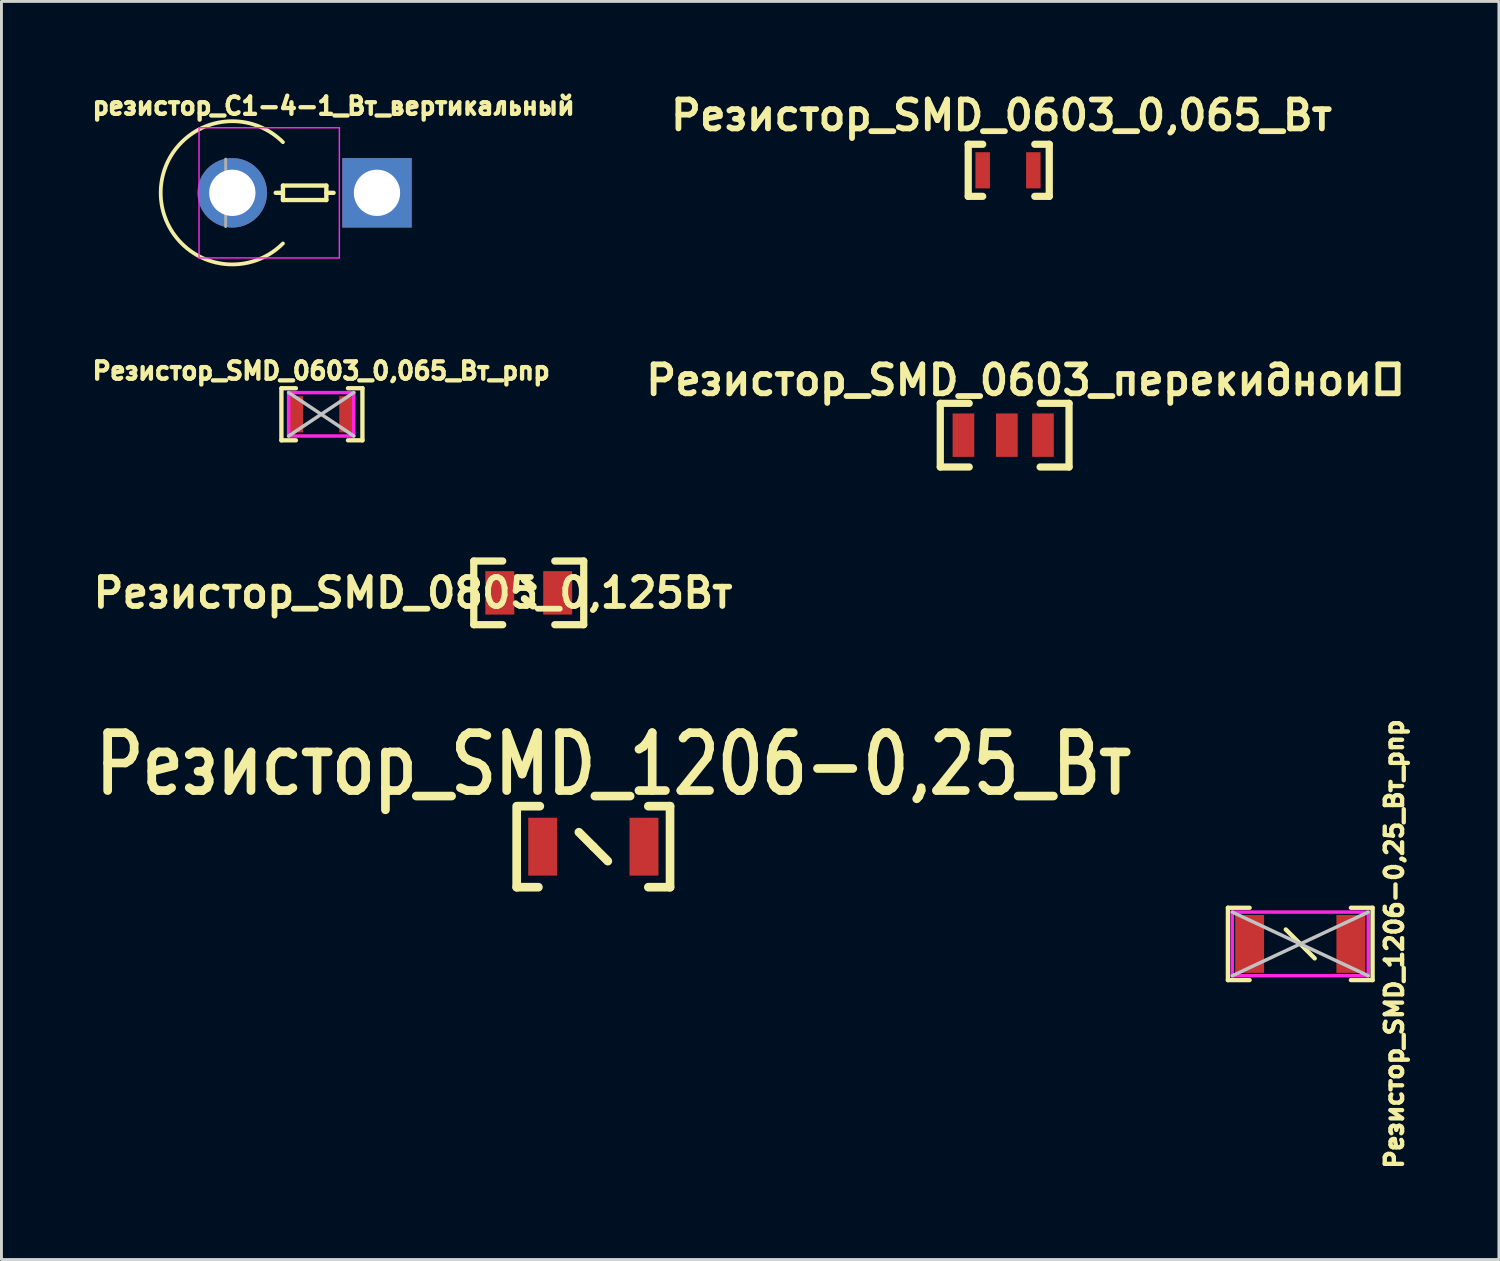
<source format=kicad_pcb>
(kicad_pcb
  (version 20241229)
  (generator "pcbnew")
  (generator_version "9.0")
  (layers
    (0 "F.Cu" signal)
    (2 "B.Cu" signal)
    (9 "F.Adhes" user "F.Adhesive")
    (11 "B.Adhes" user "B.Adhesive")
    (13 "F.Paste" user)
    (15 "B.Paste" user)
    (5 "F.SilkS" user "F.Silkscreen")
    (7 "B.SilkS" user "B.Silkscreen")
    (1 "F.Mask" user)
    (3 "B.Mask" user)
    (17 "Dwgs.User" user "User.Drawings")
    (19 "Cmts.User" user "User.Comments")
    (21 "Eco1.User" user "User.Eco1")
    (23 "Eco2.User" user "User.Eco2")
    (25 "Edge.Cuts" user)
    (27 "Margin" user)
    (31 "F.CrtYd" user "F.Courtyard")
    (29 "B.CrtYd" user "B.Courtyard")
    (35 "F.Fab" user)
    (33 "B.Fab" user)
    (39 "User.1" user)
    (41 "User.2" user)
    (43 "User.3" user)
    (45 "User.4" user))
  (footprint "резистор_C1-4-1_Вт_вертикальный"
    (layer "F.Cu")
    (at 4.979 3.614)
    (property "Reference" "резистор_C1-4-1_Вт_вертикальный" (at 3.5 -3 0) (layer "F.SilkS") (effects (font (size 0.6 0.6) (thickness 0.15))))
    (attr through_hole)
    (fp_line (start 1.5 0) (end 1.75 0) (stroke (width 0.15) (type solid)) (layer "F.SilkS"))
    (fp_line (start 1.75 -0.25) (end 1.75 0.25) (stroke (width 0.15) (type solid)) (layer "F.SilkS"))
    (fp_line (start 1.75 0.25) (end 3.25 0.25) (stroke (width 0.15) (type solid)) (layer "F.SilkS"))
    (fp_line (start 3.25 -0.25) (end 1.75 -0.25) (stroke (width 0.15) (type solid)) (layer "F.SilkS"))
    (fp_line (start 3.25 0) (end 3.5 0) (stroke (width 0.15) (type solid)) (layer "F.SilkS"))
    (fp_line (start 3.25 0.25) (end 3.25 -0.25) (stroke (width 0.15) (type solid)) (layer "F.SilkS"))
    (fp_arc (start 1.749999 1.749999) (mid -2.474872 0) (end 1.749999 -1.749999) (stroke (width 0.13) (type solid)) (layer "F.SilkS"))
    (fp_line (start -1.15 -2.25) (end -1.15 2.25) (stroke (width 0.05) (type solid)) (layer "F.CrtYd"))
    (fp_line (start -1.15 2.25) (end 3.7 2.25) (stroke (width 0.05) (type solid)) (layer "F.CrtYd"))
    (fp_line (start 3.7 -2.25) (end -1.15 -2.25) (stroke (width 0.05) (type solid)) (layer "F.CrtYd"))
    (fp_line (start 3.7 2.25) (end 3.7 -2.25) (stroke (width 0.05) (type solid)) (layer "F.CrtYd"))
    (fp_line (start -0.23 -1.166) (end -0.23 1.166) (stroke (width 0.1) (type solid)) (layer "F.Fab"))
    (pad "1" thru_hole circle (at 0 0) (size 2.4 2.4) (drill 1.6) (layers "*.Cu" "*.Mask"))
    (pad "2" thru_hole rect (at 5 0) (size 2.4 2.4) (drill 1.6) (layers "*.Cu" "*.Mask")))
  (footprint "Резистор_SMD_0603_перекидной"
    (layer "F.Cu")
    (at 30.247 11.99)
    (property "Reference" "Резистор_SMD_0603_перекидной" (at 2.15 -1.9 0) (layer "F.SilkS") (effects (font (size 1 1) (thickness 0.2))))
    (attr through_hole)
    (fp_line (start -0.8 -1.1) (end -0.8 1.1) (stroke (width 0.25) (type solid)) (layer "F.SilkS"))
    (fp_line (start -0.8 -1.1) (end 0.2 -1.1) (stroke (width 0.25) (type solid)) (layer "F.SilkS"))
    (fp_line (start -0.8 1.1) (end 0.2 1.1) (stroke (width 0.25) (type solid)) (layer "F.SilkS"))
    (fp_line (start 3.65 -1.1) (end 2.65 -1.1) (stroke (width 0.25) (type solid)) (layer "F.SilkS"))
    (fp_line (start 3.65 -1.1) (end 3.65 1.1) (stroke (width 0.25) (type solid)) (layer "F.SilkS"))
    (fp_line (start 3.65 1.1) (end 2.65 1.1) (stroke (width 0.25) (type solid)) (layer "F.SilkS"))
    (pad "1" smd rect (at 0 0) (size 0.75 1.5) (layers "F.Cu" "F.Mask" "F.Paste"))
    (pad "2" smd rect (at 1.5 0) (size 0.75 1.5) (layers "F.Cu" "F.Mask" "F.Paste"))
    (pad "3" smd rect (at 2.75 0) (size 0.75 1.5) (layers "F.Cu" "F.Mask" "F.Paste")))
  (footprint "Резистор_SMD_0805_0,125Вт"
    (layer "F.Cu")
    (at 14.224 17.44)
    (property "Reference" "Резистор_SMD_0805_0,125Вт" (at -3 0 0) (layer "F.SilkS") (effects (font (size 1 1) (thickness 0.2))))
    (attr through_hole)
    (fp_line (start -0.9 -1.1) (end 0.1 -1.1) (stroke (width 0.25) (type solid)) (layer "F.SilkS"))
    (fp_line (start -0.9 1.1) (end -0.9 -1.1) (stroke (width 0.25) (type solid)) (layer "F.SilkS"))
    (fp_line (start -0.9 1.1) (end 0.1 1.1) (stroke (width 0.25) (type solid)) (layer "F.SilkS"))
    (fp_line (start 0.85 -0.45) (end 1.15 -0.2) (stroke (width 0.25) (type solid)) (layer "F.SilkS"))
    (fp_line (start 0.85 0.2) (end 1.15 0.45) (stroke (width 0.25) (type solid)) (layer "F.SilkS"))
    (fp_line (start 2.9 -1.1) (end 1.9 -1.1) (stroke (width 0.25) (type solid)) (layer "F.SilkS"))
    (fp_line (start 2.9 -1.1) (end 2.9 1.1) (stroke (width 0.25) (type solid)) (layer "F.SilkS"))
    (fp_line (start 2.9 1.1) (end 1.9 1.1) (stroke (width 0.25) (type solid)) (layer "F.SilkS"))
    (pad "1" smd rect (at 0 0) (size 1 1.5) (layers "F.Cu" "F.Mask" "F.Paste"))
    (pad "2" smd rect (at 2 0) (size 1 1.5) (layers "F.Cu" "F.Mask" "F.Paste")))
  (footprint "Резистор_SMD_1206-0,25_Вт_pnp"
    (layer "F.Cu")
    (at 41.888 29.573)
    (property "Reference" "Резистор_SMD_1206-0,25_Вт_pnp" (at 3.25 0 90) (layer "F.SilkS") (effects (font (size 0.6 0.6) (thickness 0.15))))
    (attr smd)
    (fp_line (start -2.5 -1.25) (end -2.5 1.25) (stroke (width 0.15) (type solid)) (layer "F.SilkS"))
    (fp_line (start -2.5 1.25) (end -1.75 1.25) (stroke (width 0.15) (type solid)) (layer "F.SilkS"))
    (fp_line (start -1.75 -1.25) (end -2.5 -1.25) (stroke (width 0.15) (type solid)) (layer "F.SilkS"))
    (fp_line (start 0 0) (end -0.5 -0.5) (stroke (width 0.15) (type solid)) (layer "F.SilkS"))
    (fp_line (start 0 0) (end 0.5 0.5) (stroke (width 0.15) (type solid)) (layer "F.SilkS"))
    (fp_line (start 1.75 -1.25) (end 2.5 -1.25) (stroke (width 0.15) (type solid)) (layer "F.SilkS"))
    (fp_line (start 2.5 -1.25) (end 2.5 1.25) (stroke (width 0.15) (type solid)) (layer "F.SilkS"))
    (fp_line (start 2.5 1.25) (end 1.75 1.25) (stroke (width 0.15) (type solid)) (layer "F.SilkS"))
    (fp_line (start -2.35 -1.1) (end 2.35 1.1) (stroke (width 0.12) (type solid)) (layer "Dwgs.User"))
    (fp_line (start 2.35 -1.1) (end -2.35 1.1) (stroke (width 0.12) (type solid)) (layer "Dwgs.User"))
    (fp_line (start -2.35 -1.1) (end 2.35 -1.1) (stroke (width 0.12) (type solid)) (layer "F.CrtYd"))
    (fp_line (start -2.35 1.1) (end -2.35 -1.1) (stroke (width 0.12) (type solid)) (layer "F.CrtYd"))
    (fp_line (start 2.35 -1.1) (end 2.35 1.1) (stroke (width 0.12) (type solid)) (layer "F.CrtYd"))
    (fp_line (start 2.35 1.1) (end -2.35 1.1) (stroke (width 0.12) (type solid)) (layer "F.CrtYd"))
    (pad "1" smd rect (at -1.75 0) (size 1 2) (layers "F.Cu" "F.Mask" "F.Paste"))
    (pad "2" smd rect (at 1.75 0) (size 1 2) (layers "F.Cu" "F.Mask" "F.Paste")))
  (footprint "Резистор_SMD_1206-0,25_Вт"
    (layer "F.Cu")
    (at 15.707 26.212)
    (property "Reference" "Резистор_SMD_1206-0,25_Вт" (at 2.45 -2.85 0) (layer "F.SilkS") (effects (font (size 2 1.6) (thickness 0.3))))
    (attr through_hole)
    (fp_line (start -0.9 -1.4) (end -0.9 1.4) (stroke (width 0.3) (type solid)) (layer "F.SilkS"))
    (fp_line (start -0.9 1.4) (end -0.15 1.4) (stroke (width 0.3) (type solid)) (layer "F.SilkS"))
    (fp_line (start -0.1 -1.4) (end -0.85 -1.4) (stroke (width 0.3) (type solid)) (layer "F.SilkS"))
    (fp_line (start 1.75 0) (end 1.25 -0.5) (stroke (width 0.3) (type solid)) (layer "F.SilkS"))
    (fp_line (start 1.75 0) (end 2.25 0.5) (stroke (width 0.3) (type solid)) (layer "F.SilkS"))
    (fp_line (start 3.65 -1.4) (end 4.4 -1.4) (stroke (width 0.3) (type solid)) (layer "F.SilkS"))
    (fp_line (start 4.4 -1.4) (end 4.4 1.4) (stroke (width 0.3) (type solid)) (layer "F.SilkS"))
    (fp_line (start 4.4 1.4) (end 3.65 1.4) (stroke (width 0.3) (type solid)) (layer "F.SilkS"))
    (pad "1" smd rect (at 0 0) (size 1 2) (layers "F.Cu" "F.Mask" "F.Paste"))
    (pad "2" smd rect (at 3.5 0) (size 1 2) (layers "F.Cu" "F.Mask" "F.Paste")))
  (footprint "Резистор_SMD_0603_0,065_Вт"
    (layer "F.Cu")
    (at 30.913 2.836)
    (property "Reference" "Резистор_SMD_0603_0,065_Вт" (at 0.65 -1.9 0) (layer "F.SilkS") (effects (font (size 1 1) (thickness 0.2))))
    (attr through_hole)
    (fp_line (start -0.5 -0.9) (end -0.5 0.9) (stroke (width 0.25) (type solid)) (layer "F.SilkS"))
    (fp_line (start -0.5 -0.9) (end 0 -0.9) (stroke (width 0.25) (type solid)) (layer "F.SilkS"))
    (fp_line (start -0.5 0.9) (end 0 0.9) (stroke (width 0.25) (type solid)) (layer "F.SilkS"))
    (fp_line (start 2.3 -0.9) (end 1.8 -0.9) (stroke (width 0.25) (type solid)) (layer "F.SilkS"))
    (fp_line (start 2.3 -0.9) (end 2.3 0.9) (stroke (width 0.25) (type solid)) (layer "F.SilkS"))
    (fp_line (start 2.3 0.9) (end 1.8 0.9) (stroke (width 0.25) (type solid)) (layer "F.SilkS"))
    (pad "1" smd rect (at 0 0) (size 0.5 1.25) (layers "F.Cu" "F.Mask" "F.Paste"))
    (pad "2" smd rect (at 1.75 0) (size 0.5 1.25) (layers "F.Cu" "F.Mask" "F.Paste")))
  (footprint "Резистор_SMD_0603_0,065_Вт_pnp"
    (layer "F.Cu")
    (at 8.051 11.268)
    (property "Reference" "Резистор_SMD_0603_0,065_Вт_pnp" (at 0 -1.5 0) (layer "F.SilkS") (effects (font (size 0.6 0.6) (thickness 0.15))))
    (attr smd)
    (fp_line (start -1.375 -0.9) (end -1.375 0.9) (stroke (width 0.15) (type solid)) (layer "F.SilkS"))
    (fp_line (start -1.375 -0.9) (end -0.875 -0.9) (stroke (width 0.15) (type solid)) (layer "F.SilkS"))
    (fp_line (start -1.375 0.9) (end -0.875 0.9) (stroke (width 0.15) (type solid)) (layer "F.SilkS"))
    (fp_line (start 1.425 -0.9) (end 0.925 -0.9) (stroke (width 0.15) (type solid)) (layer "F.SilkS"))
    (fp_line (start 1.425 -0.9) (end 1.425 0.9) (stroke (width 0.15) (type solid)) (layer "F.SilkS"))
    (fp_line (start 1.425 0.9) (end 0.925 0.9) (stroke (width 0.15) (type solid)) (layer "F.SilkS"))
    (fp_line (start -1.125 -0.75) (end 1.125 0.75) (stroke (width 0.12) (type solid)) (layer "Dwgs.User"))
    (fp_line (start 1.125 -0.75) (end -1.125 0.75) (stroke (width 0.12) (type solid)) (layer "Dwgs.User"))
    (fp_line (start -1.125 -0.75) (end 1.125 -0.75) (stroke (width 0.12) (type solid)) (layer "F.CrtYd"))
    (fp_line (start -1.125 0.75) (end -1.125 -0.75) (stroke (width 0.12) (type solid)) (layer "F.CrtYd"))
    (fp_line (start 1.125 -0.75) (end 1.125 0.75) (stroke (width 0.12) (type solid)) (layer "F.CrtYd"))
    (fp_line (start 1.125 0.75) (end -1.125 0.75) (stroke (width 0.12) (type solid)) (layer "F.CrtYd"))
    (pad "1" smd rect (at -0.875 0) (size 0.5 1.25) (layers "F.Cu" "F.Mask" "F.Paste"))
    (pad "2" smd rect (at 0.875 0) (size 0.5 1.25) (layers "F.Cu" "F.Mask" "F.Paste")))
  (gr_rect
    (start -3 -3)
    (end 48.753 40.481)
    (stroke (width 0.1) (type default))
    (fill no)
    (layer "Edge.Cuts")))
</source>
